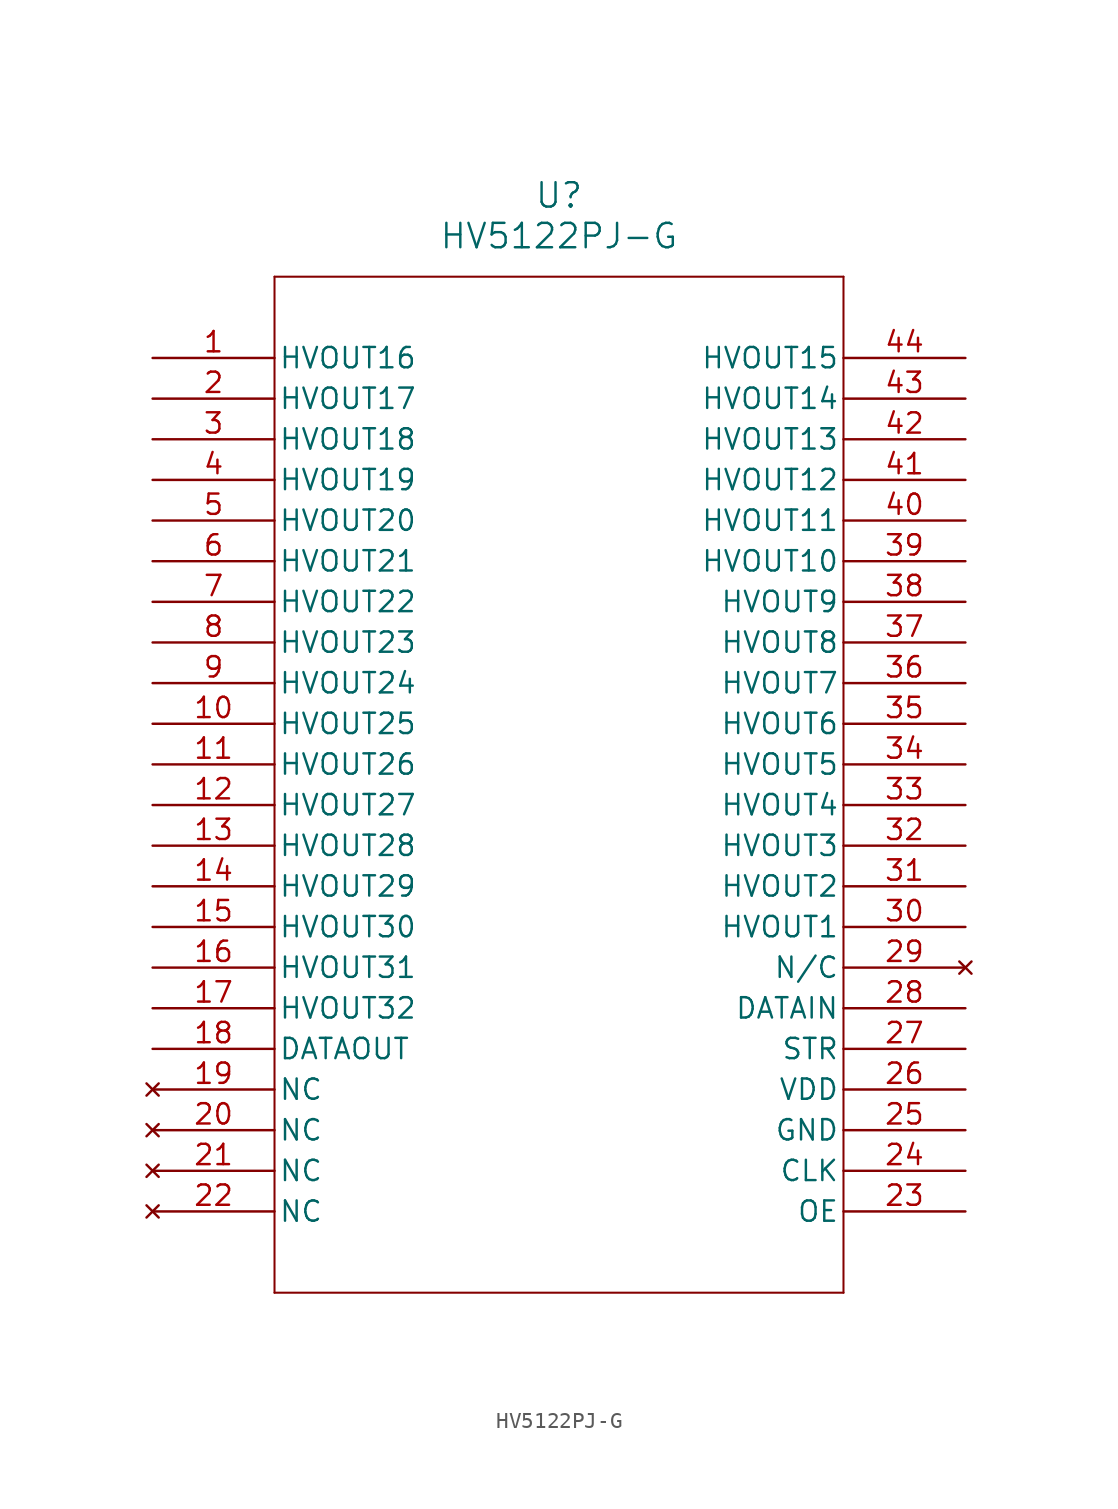
<source format=kicad_sym>
(kicad_symbol_lib
  (version 20211014)
  (generator kicad_symbol_editor)
  (symbol "HV5122PJ-G"
    (pin_names
      (offset 0.254))
    (property "Reference" "U"
      (at 25.4 10.16 0)
      (effects (font (size 1.524 1.524))))
    (property "Value" "HV5122PJ-G"
      (at 25.4 7.62 0)
      (effects (font (size 1.524 1.524))))
    (symbol "HV5122PJ-G_0_1"
      (polyline (pts (xy 7.62 5.08) (xy 7.62 -58.42)) (stroke (width 0.127) (type default) (color 0 0 0 0)) (fill (type none)))
      (polyline (pts (xy 7.62 -58.42) (xy 43.18 -58.42)) (stroke (width 0.127) (type default) (color 0 0 0 0)) (fill (type none)))
      (polyline (pts (xy 43.18 -58.42) (xy 43.18 5.08)) (stroke (width 0.127) (type default) (color 0 0 0 0)) (fill (type none)))
      (polyline (pts (xy 43.18 5.08) (xy 7.62 5.08)) (stroke (width 0.127) (type default) (color 0 0 0 0)) (fill (type none)))
      (pin output line (at 0 0 0) (length 7.62) (name "HVOUT16" (effects (font (size 1.27 1.27)))) (number "1" (effects (font (size 1.27 1.27)))))
      (pin output line (at 0 -2.54 0) (length 7.62) (name "HVOUT17" (effects (font (size 1.27 1.27)))) (number "2" (effects (font (size 1.27 1.27)))))
      (pin output line (at 0 -5.08 0) (length 7.62) (name "HVOUT18" (effects (font (size 1.27 1.27)))) (number "3" (effects (font (size 1.27 1.27)))))
      (pin output line (at 0 -7.62 0) (length 7.62) (name "HVOUT19" (effects (font (size 1.27 1.27)))) (number "4" (effects (font (size 1.27 1.27)))))
      (pin output line (at 0 -10.16 0) (length 7.62) (name "HVOUT20" (effects (font (size 1.27 1.27)))) (number "5" (effects (font (size 1.27 1.27)))))
      (pin output line (at 0 -12.7 0) (length 7.62) (name "HVOUT21" (effects (font (size 1.27 1.27)))) (number "6" (effects (font (size 1.27 1.27)))))
      (pin output line (at 0 -15.24 0) (length 7.62) (name "HVOUT22" (effects (font (size 1.27 1.27)))) (number "7" (effects (font (size 1.27 1.27)))))
      (pin output line (at 0 -17.78 0) (length 7.62) (name "HVOUT23" (effects (font (size 1.27 1.27)))) (number "8" (effects (font (size 1.27 1.27)))))
      (pin output line (at 0 -20.32 0) (length 7.62) (name "HVOUT24" (effects (font (size 1.27 1.27)))) (number "9" (effects (font (size 1.27 1.27)))))
      (pin output line (at 0 -22.86 0) (length 7.62) (name "HVOUT25" (effects (font (size 1.27 1.27)))) (number "10" (effects (font (size 1.27 1.27)))))
      (pin output line (at 0 -25.4 0) (length 7.62) (name "HVOUT26" (effects (font (size 1.27 1.27)))) (number "11" (effects (font (size 1.27 1.27)))))
      (pin output line (at 0 -27.94 0) (length 7.62) (name "HVOUT27" (effects (font (size 1.27 1.27)))) (number "12" (effects (font (size 1.27 1.27)))))
      (pin output line (at 0 -30.48 0) (length 7.62) (name "HVOUT28" (effects (font (size 1.27 1.27)))) (number "13" (effects (font (size 1.27 1.27)))))
      (pin output line (at 0 -33.02 0) (length 7.62) (name "HVOUT29" (effects (font (size 1.27 1.27)))) (number "14" (effects (font (size 1.27 1.27)))))
      (pin output line (at 0 -35.56 0) (length 7.62) (name "HVOUT30" (effects (font (size 1.27 1.27)))) (number "15" (effects (font (size 1.27 1.27)))))
      (pin output line (at 0 -38.1 0) (length 7.62) (name "HVOUT31" (effects (font (size 1.27 1.27)))) (number "16" (effects (font (size 1.27 1.27)))))
      (pin output line (at 0 -40.64 0) (length 7.62) (name "HVOUT32" (effects (font (size 1.27 1.27)))) (number "17" (effects (font (size 1.27 1.27)))))
      (pin output line (at 0 -43.18 0) (length 7.62) (name "DATAOUT" (effects (font (size 1.27 1.27)))) (number "18" (effects (font (size 1.27 1.27)))))
      (pin no_connect line (at 0 -45.72 0) (length 7.62) (name "NC" (effects (font (size 1.27 1.27)))) (number "19" (effects (font (size 1.27 1.27)))))
      (pin no_connect line (at 0 -48.26 0) (length 7.62) (name "NC" (effects (font (size 1.27 1.27)))) (number "20" (effects (font (size 1.27 1.27)))))
      (pin no_connect line (at 0 -50.8 0) (length 7.62) (name "NC" (effects (font (size 1.27 1.27)))) (number "21" (effects (font (size 1.27 1.27)))))
      (pin no_connect line (at 0 -53.34 0) (length 7.62) (name "NC" (effects (font (size 1.27 1.27)))) (number "22" (effects (font (size 1.27 1.27)))))
      (pin bidirectional line (at 50.8 -53.34 180) (length 7.62) (name "OE" (effects (font (size 1.27 1.27)))) (number "23" (effects (font (size 1.27 1.27)))))
      (pin input line (at 50.8 -50.8 180) (length 7.62) (name "CLK" (effects (font (size 1.27 1.27)))) (number "24" (effects (font (size 1.27 1.27)))))
      (pin power_out line (at 50.8 -48.26 180) (length 7.62) (name "GND" (effects (font (size 1.27 1.27)))) (number "25" (effects (font (size 1.27 1.27)))))
      (pin power_in line (at 50.8 -45.72 180) (length 7.62) (name "VDD" (effects (font (size 1.27 1.27)))) (number "26" (effects (font (size 1.27 1.27)))))
      (pin unspecified line (at 50.8 -43.18 180) (length 7.62) (name "STR" (effects (font (size 1.27 1.27)))) (number "27" (effects (font (size 1.27 1.27)))))
      (pin input line (at 50.8 -40.64 180) (length 7.62) (name "DATAIN" (effects (font (size 1.27 1.27)))) (number "28" (effects (font (size 1.27 1.27)))))
      (pin no_connect line (at 50.8 -38.1 180) (length 7.62) (name "N/C" (effects (font (size 1.27 1.27)))) (number "29" (effects (font (size 1.27 1.27)))))
      (pin output line (at 50.8 -35.56 180) (length 7.62) (name "HVOUT1" (effects (font (size 1.27 1.27)))) (number "30" (effects (font (size 1.27 1.27)))))
      (pin output line (at 50.8 -33.02 180) (length 7.62) (name "HVOUT2" (effects (font (size 1.27 1.27)))) (number "31" (effects (font (size 1.27 1.27)))))
      (pin output line (at 50.8 -30.48 180) (length 7.62) (name "HVOUT3" (effects (font (size 1.27 1.27)))) (number "32" (effects (font (size 1.27 1.27)))))
      (pin output line (at 50.8 -27.94 180) (length 7.62) (name "HVOUT4" (effects (font (size 1.27 1.27)))) (number "33" (effects (font (size 1.27 1.27)))))
      (pin output line (at 50.8 -25.4 180) (length 7.62) (name "HVOUT5" (effects (font (size 1.27 1.27)))) (number "34" (effects (font (size 1.27 1.27)))))
      (pin output line (at 50.8 -22.86 180) (length 7.62) (name "HVOUT6" (effects (font (size 1.27 1.27)))) (number "35" (effects (font (size 1.27 1.27)))))
      (pin output line (at 50.8 -20.32 180) (length 7.62) (name "HVOUT7" (effects (font (size 1.27 1.27)))) (number "36" (effects (font (size 1.27 1.27)))))
      (pin output line (at 50.8 -17.78 180) (length 7.62) (name "HVOUT8" (effects (font (size 1.27 1.27)))) (number "37" (effects (font (size 1.27 1.27)))))
      (pin output line (at 50.8 -15.24 180) (length 7.62) (name "HVOUT9" (effects (font (size 1.27 1.27)))) (number "38" (effects (font (size 1.27 1.27)))))
      (pin output line (at 50.8 -12.7 180) (length 7.62) (name "HVOUT10" (effects (font (size 1.27 1.27)))) (number "39" (effects (font (size 1.27 1.27)))))
      (pin output line (at 50.8 -10.16 180) (length 7.62) (name "HVOUT11" (effects (font (size 1.27 1.27)))) (number "40" (effects (font (size 1.27 1.27)))))
      (pin output line (at 50.8 -7.62 180) (length 7.62) (name "HVOUT12" (effects (font (size 1.27 1.27)))) (number "41" (effects (font (size 1.27 1.27)))))
      (pin output line (at 50.8 -5.08 180) (length 7.62) (name "HVOUT13" (effects (font (size 1.27 1.27)))) (number "42" (effects (font (size 1.27 1.27)))))
      (pin output line (at 50.8 -2.54 180) (length 7.62) (name "HVOUT14" (effects (font (size 1.27 1.27)))) (number "43" (effects (font (size 1.27 1.27)))))
      (pin output line (at 50.8 0 180) (length 7.62) (name "HVOUT15" (effects (font (size 1.27 1.27)))) (number "44" (effects (font (size 1.27 1.27))))))))
</source>
